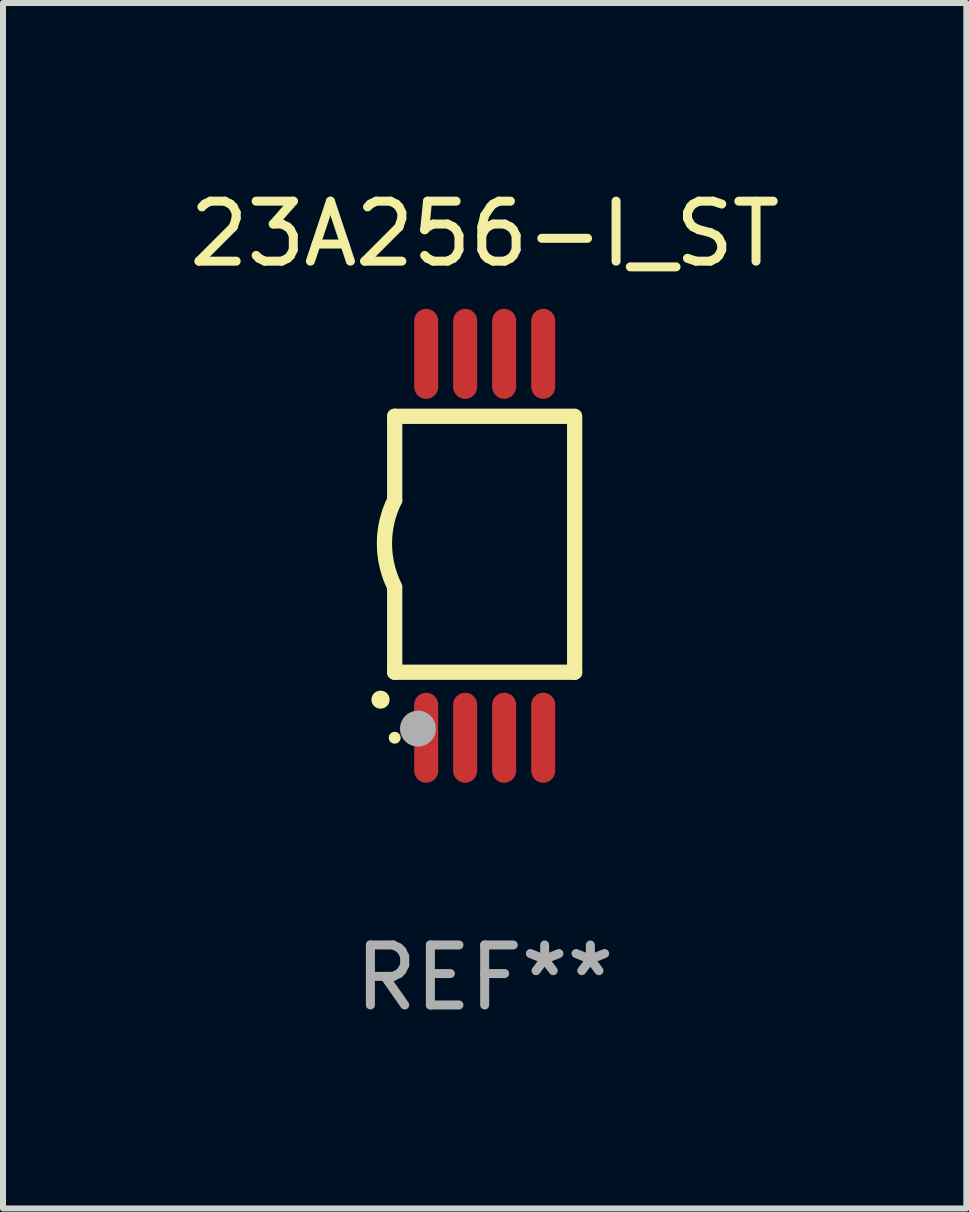
<source format=kicad_pcb>
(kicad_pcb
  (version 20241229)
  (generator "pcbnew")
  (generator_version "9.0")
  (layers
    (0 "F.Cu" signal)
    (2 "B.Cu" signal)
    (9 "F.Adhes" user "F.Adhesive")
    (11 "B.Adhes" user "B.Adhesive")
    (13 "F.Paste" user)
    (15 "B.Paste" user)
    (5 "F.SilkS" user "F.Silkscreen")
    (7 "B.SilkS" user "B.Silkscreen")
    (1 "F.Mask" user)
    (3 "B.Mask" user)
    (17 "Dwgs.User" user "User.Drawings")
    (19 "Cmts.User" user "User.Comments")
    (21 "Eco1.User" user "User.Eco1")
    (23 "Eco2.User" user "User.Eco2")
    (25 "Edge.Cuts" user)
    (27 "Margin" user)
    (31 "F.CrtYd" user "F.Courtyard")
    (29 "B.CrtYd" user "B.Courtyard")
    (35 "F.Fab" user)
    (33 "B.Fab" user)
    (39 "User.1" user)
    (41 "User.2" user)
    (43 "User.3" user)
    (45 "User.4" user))
  (footprint "23A256-I_ST"
    (layer "F.Cu")
    (at 5.03 6.049)
    (property "Reference" "23A256-I_ST" (at 0 -5.2 0) (layer "F.SilkS") (effects (font (size 1 1) (thickness 0.15))))
    (attr through_hole)
    (fp_line (start -1.5 -0.762) (end -1.5 -2.159) (stroke (width 0.254) (type solid)) (layer "F.SilkS"))
    (fp_line (start -1.5 2.108) (end -1.5 0.711) (stroke (width 0.254) (type solid)) (layer "F.SilkS"))
    (fp_line (start -1.5 2.108) (end 1.5 2.108) (stroke (width 0.254) (type solid)) (layer "F.SilkS"))
    (fp_line (start 1.463 -2.159) (end -1.5 -2.159) (stroke (width 0.254) (type solid)) (layer "F.SilkS"))
    (fp_line (start 1.5 2.108) (end 1.5 -2.159) (stroke (width 0.254) (type solid)) (layer "F.SilkS"))
    (fp_arc (start -1.737287 2.565405) (mid -1.736017 2.5654) (end -1.734747 2.565405) (stroke (width 0.3) (type solid)) (layer "F.SilkS"))
    (fp_arc (start -1.500076 0.685801) (mid -1.670966 -0.0381) (end -1.500076 -0.762002) (stroke (width 0.254001) (type solid)) (layer "F.SilkS"))
    (fp_circle (center -1.5 3.2) (end -1.45 3.2) (stroke (width 0.1) (type solid)) (fill no) (layer "F.SilkS"))
    (fp_circle (center -1.112 3.048) (end -0.962 3.048) (stroke (width 0.3) (type solid)) (fill no) (layer "F.Fab"))
    (fp_text user "REF**" (at 0 7.2 0) (layer "F.Fab") (effects (font (size 1 1) (thickness 0.15))))
    (pad "1" smd oval (at -0.975 3.2 180) (size 0.4 1.5) (layers "F.Cu" "F.Mask" "F.Paste"))
    (pad "2" smd oval (at -0.325 3.2 180) (size 0.4 1.5) (layers "F.Cu" "F.Mask" "F.Paste"))
    (pad "3" smd oval (at 0.325 3.2 180) (size 0.4 1.5) (layers "F.Cu" "F.Mask" "F.Paste"))
    (pad "4" smd oval (at 0.976 3.2 180) (size 0.4 1.5) (layers "F.Cu" "F.Mask" "F.Paste"))
    (pad "5" smd oval (at 0.976 -3.2 180) (size 0.4 1.5) (layers "F.Cu" "F.Mask" "F.Paste"))
    (pad "6" smd oval (at 0.325 -3.2 180) (size 0.4 1.5) (layers "F.Cu" "F.Mask" "F.Paste"))
    (pad "7" smd oval (at -0.325 -3.2 180) (size 0.4 1.5) (layers "F.Cu" "F.Mask" "F.Paste"))
    (pad "8" smd oval (at -0.975 -3.2 180) (size 0.4 1.5) (layers "F.Cu" "F.Mask" "F.Paste")))
  (gr_rect
    (start -3 -3)
    (end 13.06 17.097)
    (stroke (width 0.1) (type default))
    (fill no)
    (layer "Edge.Cuts")))
</source>
